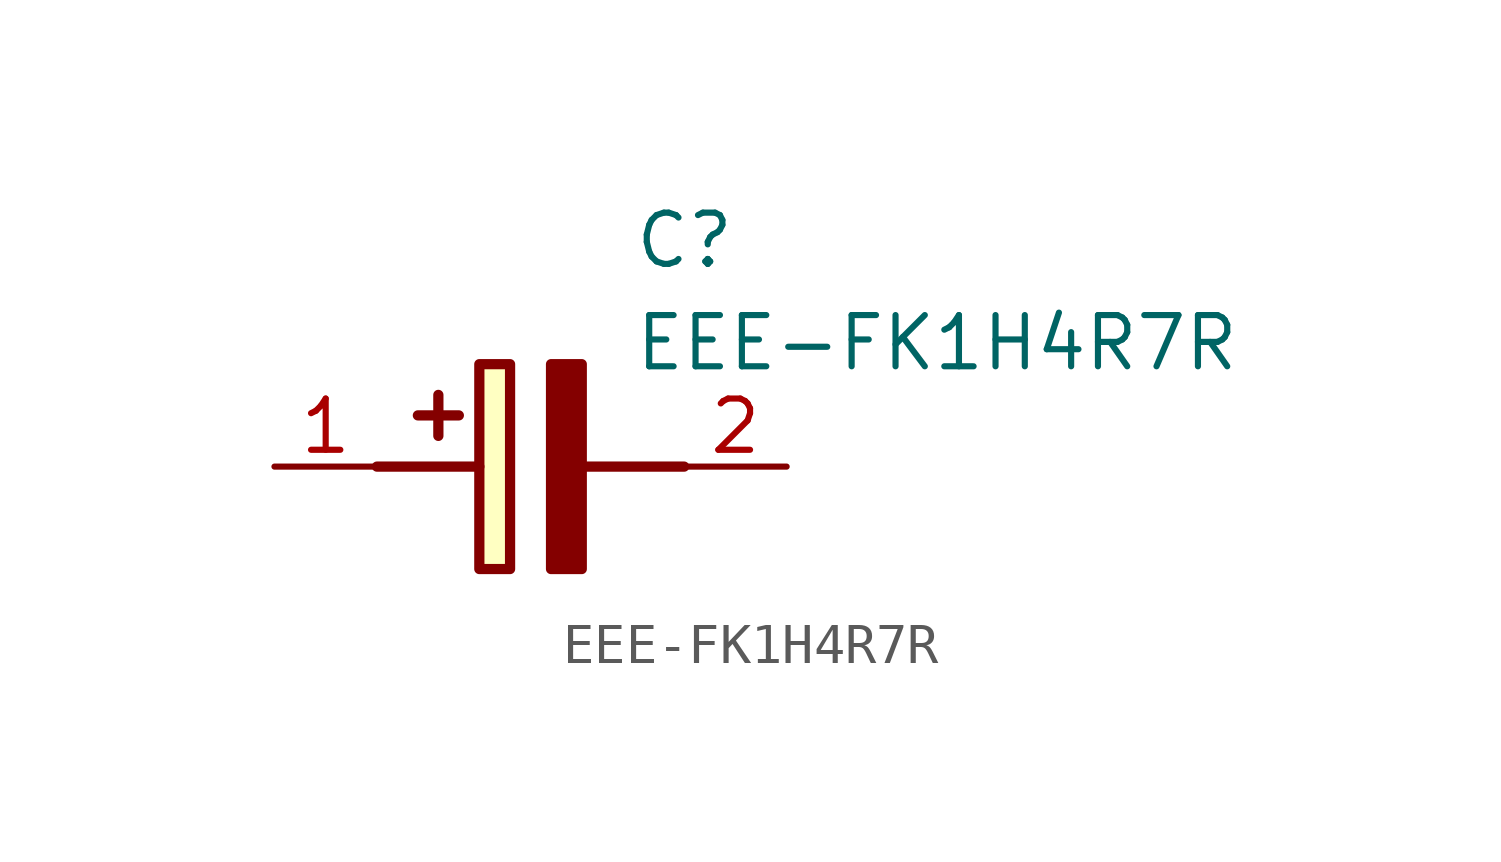
<source format=kicad_sym>
(kicad_symbol_lib
  (version 20211014)
  (generator SamacSys_ECAD_Model)
  (symbol "EEE-FK1H4R7R"
    (pin_names hide)
    (property "Reference" "C"
      (at 8.89 6.35 0)
      (effects (font (size 1.27 1.27)) (justify left top)))
    (property "Value" "EEE-FK1H4R7R"
      (at 8.89 3.81 0)
      (effects (font (size 1.27 1.27)) (justify left top)))
    (rectangle
      (start 5.08 2.54)
      (end 5.842 -2.54)
      (stroke (width 0.254) (type default))
      (fill (type background)))
    (polyline
      (pts (xy 4.572 1.27) (xy 3.556 1.27))
      (stroke (width 0.254) (type default))
      (fill (type none)))
    (polyline
      (pts (xy 4.064 1.778) (xy 4.064 0.762))
      (stroke (width 0.254) (type default))
      (fill (type none)))
    (polyline
      (pts (xy 2.54 0) (xy 5.08 0))
      (stroke (width 0.254) (type default))
      (fill (type none)))
    (polyline
      (pts (xy 7.62 0) (xy 10.16 0))
      (stroke (width 0.254) (type default))
      (fill (type none)))
    (polyline
      (pts (xy 7.62 2.54) (xy 7.62 -2.54) (xy 6.858 -2.54) (xy 6.858 2.54) (xy 7.62 2.54))
      (stroke (width 0.254) (type default))
      (fill (type outline)))
    (pin passive line
      (at 0 0 0)
      (length 2.54)
      (name "+" (effects (font (size 1.27 1.27))))
      (number "1" (effects (font (size 1.27 1.27)))))
    (pin passive line
      (at 12.7 0 180)
      (length 2.54)
      (name "-" (effects (font (size 1.27 1.27))))
      (number "2" (effects (font (size 1.27 1.27)))))))
</source>
